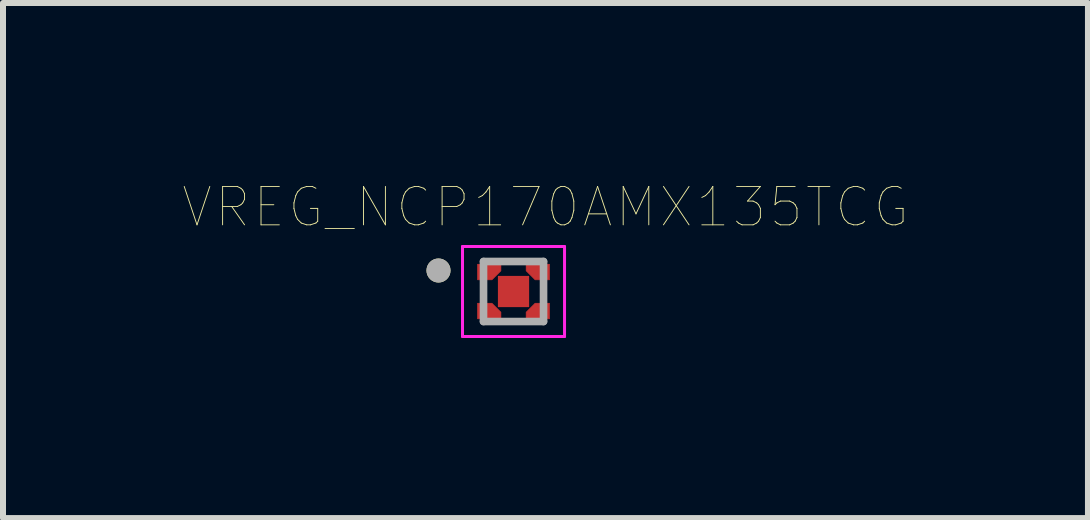
<source format=kicad_pcb>
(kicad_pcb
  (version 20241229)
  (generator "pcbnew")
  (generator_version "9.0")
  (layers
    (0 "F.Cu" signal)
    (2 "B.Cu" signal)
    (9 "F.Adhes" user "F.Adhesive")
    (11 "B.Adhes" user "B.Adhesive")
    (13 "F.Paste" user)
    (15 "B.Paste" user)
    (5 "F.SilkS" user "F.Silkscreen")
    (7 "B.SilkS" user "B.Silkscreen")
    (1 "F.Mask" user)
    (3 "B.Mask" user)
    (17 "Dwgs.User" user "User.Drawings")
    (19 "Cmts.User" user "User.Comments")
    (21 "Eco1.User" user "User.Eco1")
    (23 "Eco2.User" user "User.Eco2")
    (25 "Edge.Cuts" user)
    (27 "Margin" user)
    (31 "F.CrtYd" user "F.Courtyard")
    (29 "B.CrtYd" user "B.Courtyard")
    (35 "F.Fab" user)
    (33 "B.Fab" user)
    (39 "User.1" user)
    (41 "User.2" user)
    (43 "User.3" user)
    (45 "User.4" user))
  (footprint "VREG_NCP170AMX135TCG"
    (layer "F.Cu")
    (at 5.506 1.807)
    (property "Reference" "VREG_NCP170AMX135TCG" (at 0.532 -1.406 0) (layer "F.SilkS") (effects (font (size 0.64 0.64) (thickness 0.015))))
    (attr through_hole)
    (fp_poly (pts (xy -0.6 -0.455) (xy -0.21 -0.455) (xy -0.21 -0.345) (xy -0.36 -0.195) (xy -0.6 -0.195)) (stroke (width 0.01) (type solid)) (fill yes) (layer "F.Cu"))
    (fp_poly (pts (xy -0.6 0.455) (xy -0.21 0.455) (xy -0.21 0.345) (xy -0.36 0.195) (xy -0.6 0.195)) (stroke (width 0.01) (type solid)) (fill yes) (layer "F.Cu"))
    (fp_poly (pts (xy 0.6 -0.455) (xy 0.21 -0.455) (xy 0.21 -0.345) (xy 0.36 -0.195) (xy 0.6 -0.195)) (stroke (width 0.01) (type solid)) (fill yes) (layer "F.Cu"))
    (fp_poly (pts (xy 0.6 0.455) (xy 0.21 0.455) (xy 0.21 0.345) (xy 0.36 0.195) (xy 0.6 0.195)) (stroke (width 0.01) (type solid)) (fill yes) (layer "F.Cu"))
    (fp_poly (pts (xy -0.65 -0.505) (xy -0.16 -0.505) (xy -0.16 -0.32) (xy -0.335 -0.145) (xy -0.65 -0.145)) (stroke (width 0.01) (type solid)) (fill yes) (layer "F.Mask"))
    (fp_poly (pts (xy -0.65 0.505) (xy -0.16 0.505) (xy -0.16 0.32) (xy -0.335 0.145) (xy -0.65 0.145)) (stroke (width 0.01) (type solid)) (fill yes) (layer "F.Mask"))
    (fp_poly (pts (xy 0.65 -0.505) (xy 0.16 -0.505) (xy 0.16 -0.32) (xy 0.335 -0.145) (xy 0.65 -0.145)) (stroke (width 0.01) (type solid)) (fill yes) (layer "F.Mask"))
    (fp_poly (pts (xy 0.65 0.505) (xy 0.16 0.505) (xy 0.16 0.32) (xy 0.335 0.145) (xy 0.65 0.145)) (stroke (width 0.01) (type solid)) (fill yes) (layer "F.Mask"))
    (fp_circle (center -1.25 -0.35) (end -1.15 -0.35) (stroke (width 0.2) (type solid)) (fill no) (layer "F.SilkS"))
    (fp_poly (pts (xy -0.6 -0.455) (xy -0.21 -0.455) (xy -0.21 -0.345) (xy -0.36 -0.195) (xy -0.6 -0.195)) (stroke (width 0.01) (type solid)) (fill yes) (layer "F.Paste"))
    (fp_poly (pts (xy -0.6 0.455) (xy -0.21 0.455) (xy -0.21 0.345) (xy -0.36 0.195) (xy -0.6 0.195)) (stroke (width 0.01) (type solid)) (fill yes) (layer "F.Paste"))
    (fp_poly (pts (xy 0.6 -0.455) (xy 0.21 -0.455) (xy 0.21 -0.345) (xy 0.36 -0.195) (xy 0.6 -0.195)) (stroke (width 0.01) (type solid)) (fill yes) (layer "F.Paste"))
    (fp_poly (pts (xy 0.6 0.455) (xy 0.21 0.455) (xy 0.21 0.345) (xy 0.36 0.195) (xy 0.6 0.195)) (stroke (width 0.01) (type solid)) (fill yes) (layer "F.Paste"))
    (fp_line (start -0.85 -0.75) (end 0.85 -0.75) (stroke (width 0.05) (type solid)) (layer "F.CrtYd"))
    (fp_line (start -0.85 0.75) (end -0.85 -0.75) (stroke (width 0.05) (type solid)) (layer "F.CrtYd"))
    (fp_line (start 0.85 -0.75) (end 0.85 0.75) (stroke (width 0.05) (type solid)) (layer "F.CrtYd"))
    (fp_line (start 0.85 0.75) (end -0.85 0.75) (stroke (width 0.05) (type solid)) (layer "F.CrtYd"))
    (fp_line (start -0.5 -0.5) (end -0.5 0.5) (stroke (width 0.127) (type solid)) (layer "F.Fab"))
    (fp_line (start -0.5 0.5) (end 0.5 0.5) (stroke (width 0.127) (type solid)) (layer "F.Fab"))
    (fp_line (start 0.5 -0.5) (end -0.5 -0.5) (stroke (width 0.127) (type solid)) (layer "F.Fab"))
    (fp_line (start 0.5 0.5) (end 0.5 -0.5) (stroke (width 0.127) (type solid)) (layer "F.Fab"))
    (fp_circle (center -1.25 -0.35) (end -1.15 -0.35) (stroke (width 0.2) (type solid)) (fill no) (layer "F.Fab"))
    (pad "1" smd rect (at -0.405 -0.325) (size 0.1 0.1) (layers "F.Cu"))
    (pad "2" smd rect (at -0.405 0.325) (size 0.1 0.1) (layers "F.Cu"))
    (pad "3" smd rect (at 0.405 0.325) (size 0.1 0.1) (layers "F.Cu"))
    (pad "4" smd rect (at 0.405 -0.325) (size 0.1 0.1) (layers "F.Cu"))
    (pad "5" smd rect (at 0 0) (size 0.52 0.52) (layers "F.Cu" "F.Mask" "F.Paste")))
  (gr_rect
    (start -3 -3)
    (end 15.077 5.582)
    (stroke (width 0.1) (type default))
    (fill no)
    (layer "Edge.Cuts")))
</source>
